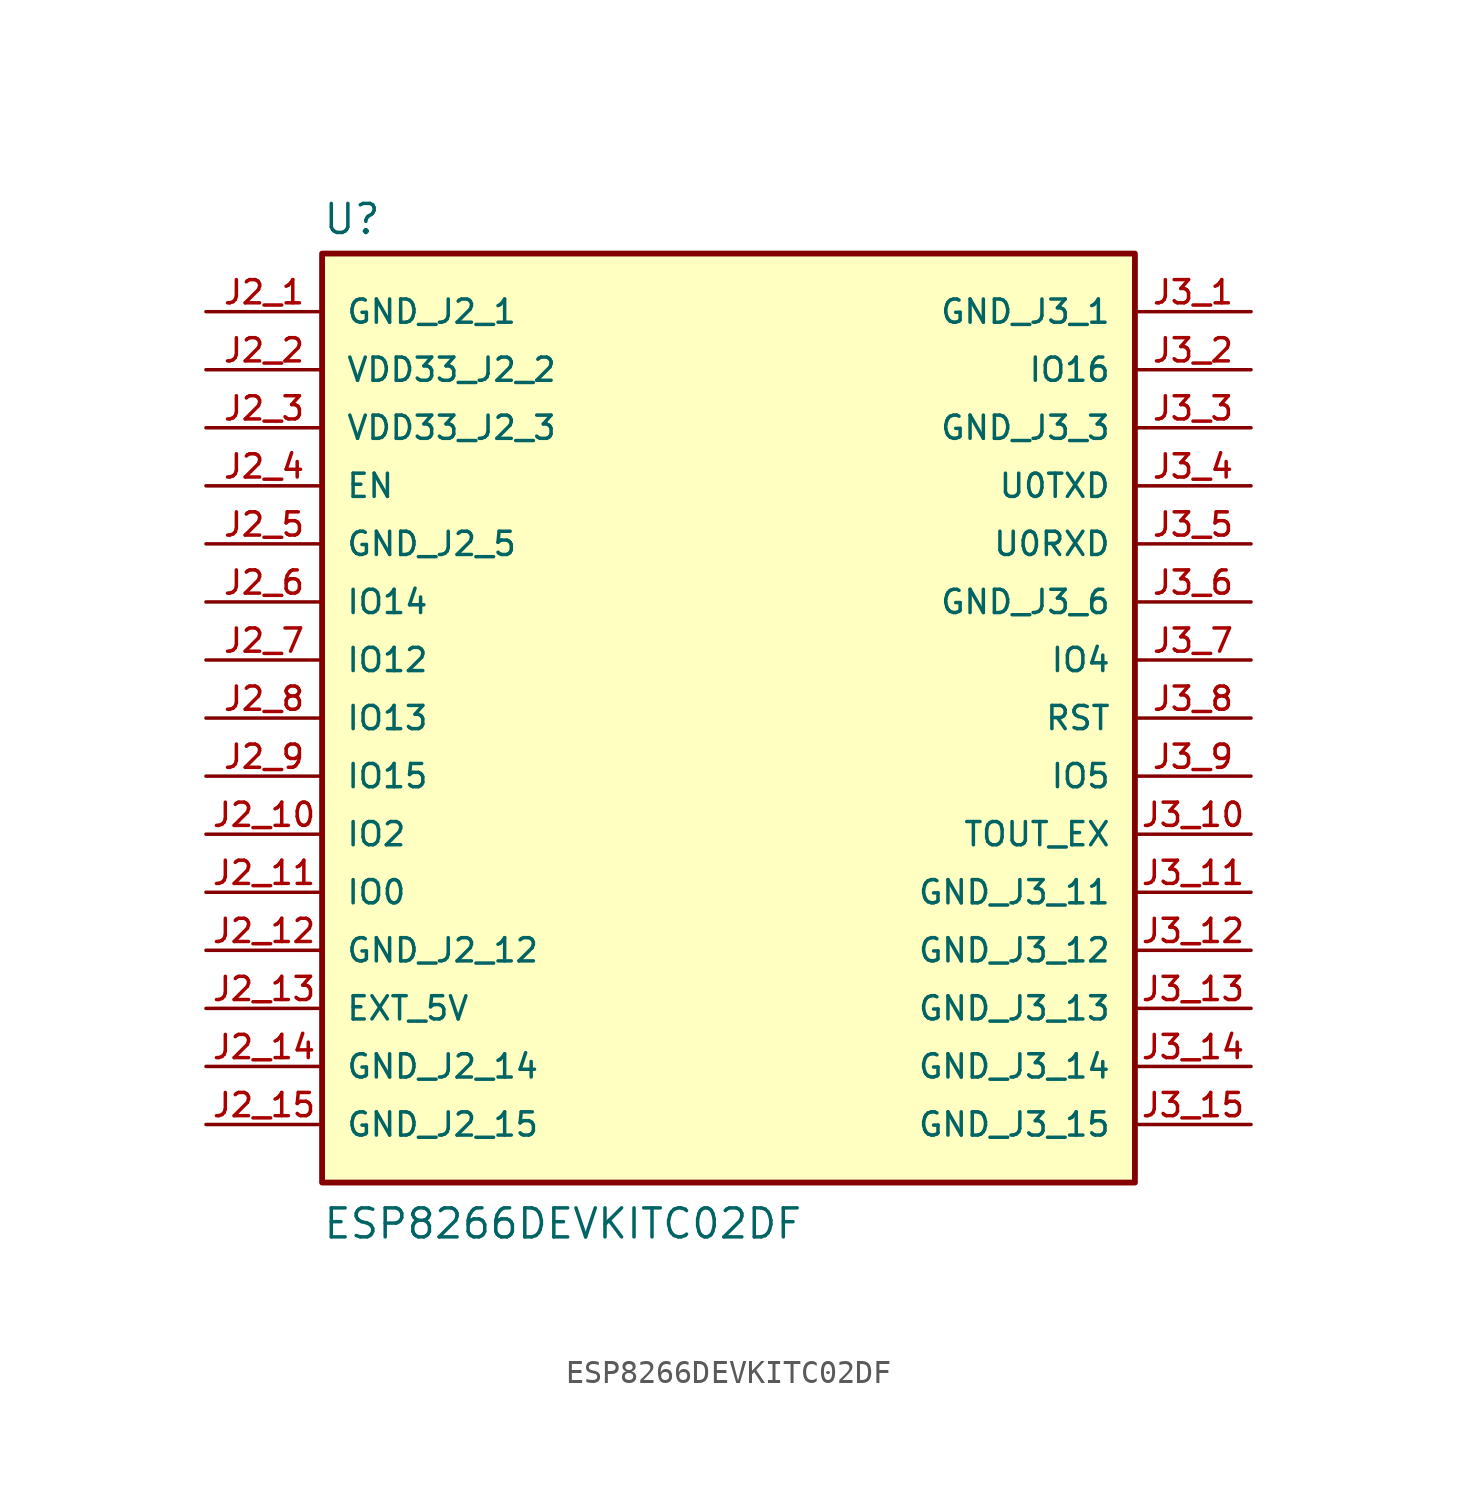
<source format=kicad_sym>
(kicad_symbol_lib
  (version 20211014)
  (generator kicad_symbol_editor)
  (symbol "ESP8266DEVKITC02DF"
    (pin_names
      (offset 1.016))
    (property "Reference" "U"
      (at -17.78 21.082 0)
      (effects (font (size 1.27 1.27)) (justify bottom left)))
    (property "Value" "ESP8266DEVKITC02DF"
      (at -17.78 -22.86 0)
      (effects (font (size 1.27 1.27)) (justify bottom left)))
    (symbol "ESP8266DEVKITC02DF_0_0"
      (rectangle (start -17.78 -20.32) (end 17.78 20.32) (stroke (width 0.254)) (fill (type background)))
      (pin power_in line (at -22.86 17.78 0) (length 5.08) (name "GND_J2_1" (effects (font (size 1.016 1.016)))) (number "J2_1" (effects (font (size 1.016 1.016)))))
      (pin power_in line (at -22.86 15.24 0) (length 5.08) (name "VDD33_J2_2" (effects (font (size 1.016 1.016)))) (number "J2_2" (effects (font (size 1.016 1.016)))))
      (pin power_in line (at -22.86 12.7 0) (length 5.08) (name "VDD33_J2_3" (effects (font (size 1.016 1.016)))) (number "J2_3" (effects (font (size 1.016 1.016)))))
      (pin input line (at -22.86 10.16 0) (length 5.08) (name "EN" (effects (font (size 1.016 1.016)))) (number "J2_4" (effects (font (size 1.016 1.016)))))
      (pin power_in line (at -22.86 7.62 0) (length 5.08) (name "GND_J2_5" (effects (font (size 1.016 1.016)))) (number "J2_5" (effects (font (size 1.016 1.016)))))
      (pin bidirectional line (at -22.86 5.08 0) (length 5.08) (name "IO14" (effects (font (size 1.016 1.016)))) (number "J2_6" (effects (font (size 1.016 1.016)))))
      (pin bidirectional line (at -22.86 2.54 0) (length 5.08) (name "IO12" (effects (font (size 1.016 1.016)))) (number "J2_7" (effects (font (size 1.016 1.016)))))
      (pin bidirectional line (at -22.86 0.0 0) (length 5.08) (name "IO13" (effects (font (size 1.016 1.016)))) (number "J2_8" (effects (font (size 1.016 1.016)))))
      (pin bidirectional line (at -22.86 -2.54 0) (length 5.08) (name "IO15" (effects (font (size 1.016 1.016)))) (number "J2_9" (effects (font (size 1.016 1.016)))))
      (pin bidirectional line (at -22.86 -5.08 0) (length 5.08) (name "IO2" (effects (font (size 1.016 1.016)))) (number "J2_10" (effects (font (size 1.016 1.016)))))
      (pin bidirectional line (at -22.86 -7.62 0) (length 5.08) (name "IO0" (effects (font (size 1.016 1.016)))) (number "J2_11" (effects (font (size 1.016 1.016)))))
      (pin power_in line (at -22.86 -10.16 0) (length 5.08) (name "GND_J2_12" (effects (font (size 1.016 1.016)))) (number "J2_12" (effects (font (size 1.016 1.016)))))
      (pin power_in line (at -22.86 -12.7 0) (length 5.08) (name "EXT_5V" (effects (font (size 1.016 1.016)))) (number "J2_13" (effects (font (size 1.016 1.016)))))
      (pin power_in line (at -22.86 -15.24 0) (length 5.08) (name "GND_J2_14" (effects (font (size 1.016 1.016)))) (number "J2_14" (effects (font (size 1.016 1.016)))))
      (pin power_in line (at -22.86 -17.78 0) (length 5.08) (name "GND_J2_15" (effects (font (size 1.016 1.016)))) (number "J2_15" (effects (font (size 1.016 1.016)))))
      (pin power_in line (at 22.86 17.78 180.0) (length 5.08) (name "GND_J3_1" (effects (font (size 1.016 1.016)))) (number "J3_1" (effects (font (size 1.016 1.016)))))
      (pin bidirectional line (at 22.86 15.24 180.0) (length 5.08) (name "IO16" (effects (font (size 1.016 1.016)))) (number "J3_2" (effects (font (size 1.016 1.016)))))
      (pin power_in line (at 22.86 12.7 180.0) (length 5.08) (name "GND_J3_3" (effects (font (size 1.016 1.016)))) (number "J3_3" (effects (font (size 1.016 1.016)))))
      (pin bidirectional line (at 22.86 10.16 180.0) (length 5.08) (name "U0TXD" (effects (font (size 1.016 1.016)))) (number "J3_4" (effects (font (size 1.016 1.016)))))
      (pin bidirectional line (at 22.86 7.62 180.0) (length 5.08) (name "U0RXD" (effects (font (size 1.016 1.016)))) (number "J3_5" (effects (font (size 1.016 1.016)))))
      (pin power_in line (at 22.86 5.08 180.0) (length 5.08) (name "GND_J3_6" (effects (font (size 1.016 1.016)))) (number "J3_6" (effects (font (size 1.016 1.016)))))
      (pin bidirectional line (at 22.86 2.54 180.0) (length 5.08) (name "IO4" (effects (font (size 1.016 1.016)))) (number "J3_7" (effects (font (size 1.016 1.016)))))
      (pin input line (at 22.86 0.0 180.0) (length 5.08) (name "RST" (effects (font (size 1.016 1.016)))) (number "J3_8" (effects (font (size 1.016 1.016)))))
      (pin bidirectional line (at 22.86 -2.54 180.0) (length 5.08) (name "IO5" (effects (font (size 1.016 1.016)))) (number "J3_9" (effects (font (size 1.016 1.016)))))
      (pin bidirectional line (at 22.86 -5.08 180.0) (length 5.08) (name "TOUT_EX" (effects (font (size 1.016 1.016)))) (number "J3_10" (effects (font (size 1.016 1.016)))))
      (pin power_in line (at 22.86 -7.62 180.0) (length 5.08) (name "GND_J3_11" (effects (font (size 1.016 1.016)))) (number "J3_11" (effects (font (size 1.016 1.016)))))
      (pin power_in line (at 22.86 -10.16 180.0) (length 5.08) (name "GND_J3_12" (effects (font (size 1.016 1.016)))) (number "J3_12" (effects (font (size 1.016 1.016)))))
      (pin power_in line (at 22.86 -12.7 180.0) (length 5.08) (name "GND_J3_13" (effects (font (size 1.016 1.016)))) (number "J3_13" (effects (font (size 1.016 1.016)))))
      (pin power_in line (at 22.86 -15.24 180.0) (length 5.08) (name "GND_J3_14" (effects (font (size 1.016 1.016)))) (number "J3_14" (effects (font (size 1.016 1.016)))))
      (pin power_in line (at 22.86 -17.78 180.0) (length 5.08) (name "GND_J3_15" (effects (font (size 1.016 1.016)))) (number "J3_15" (effects (font (size 1.016 1.016))))))))
</source>
